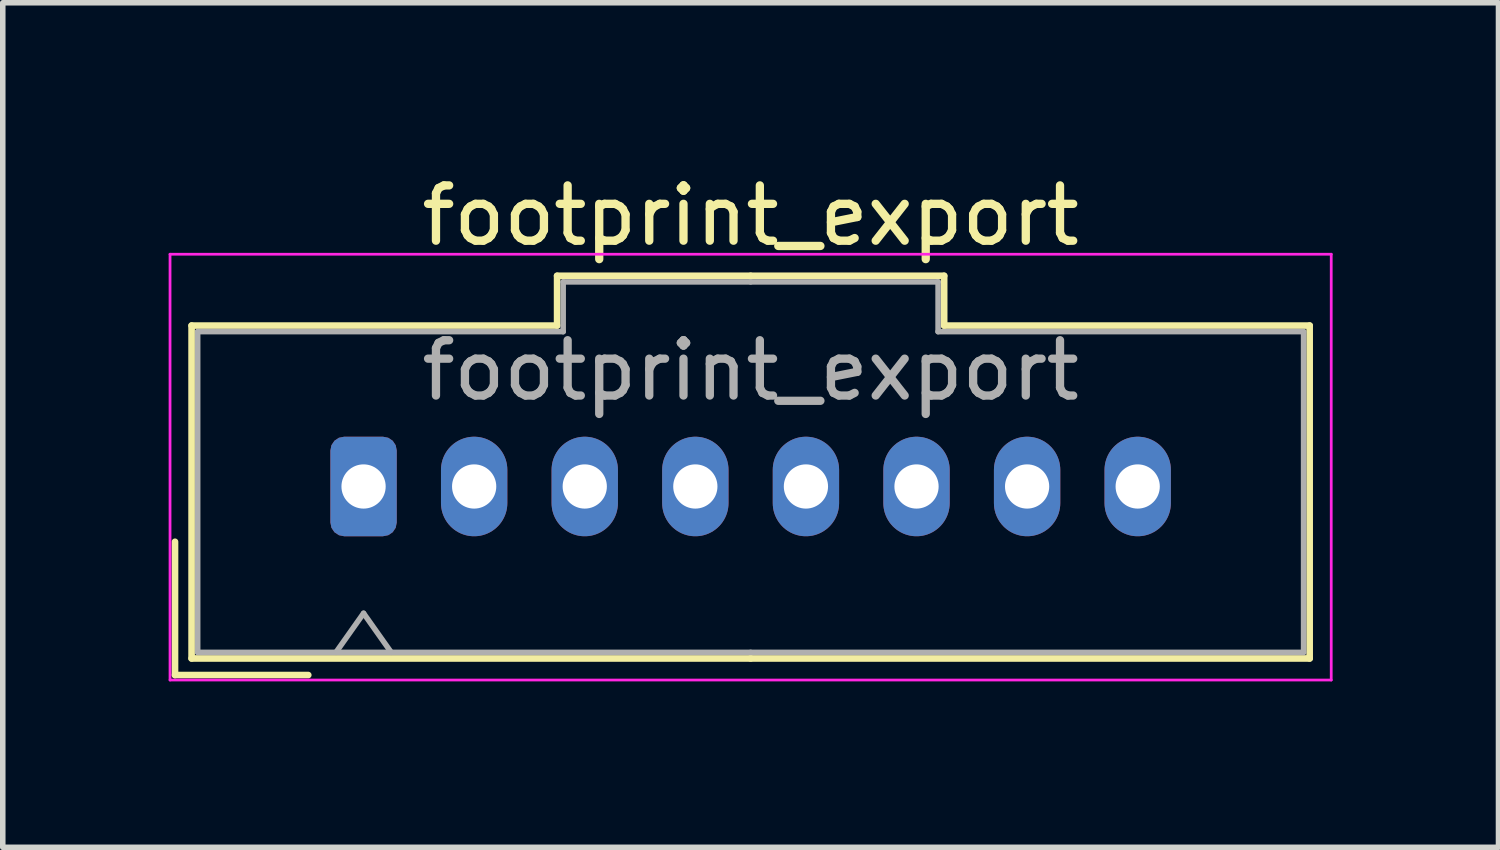
<source format=kicad_pcb>
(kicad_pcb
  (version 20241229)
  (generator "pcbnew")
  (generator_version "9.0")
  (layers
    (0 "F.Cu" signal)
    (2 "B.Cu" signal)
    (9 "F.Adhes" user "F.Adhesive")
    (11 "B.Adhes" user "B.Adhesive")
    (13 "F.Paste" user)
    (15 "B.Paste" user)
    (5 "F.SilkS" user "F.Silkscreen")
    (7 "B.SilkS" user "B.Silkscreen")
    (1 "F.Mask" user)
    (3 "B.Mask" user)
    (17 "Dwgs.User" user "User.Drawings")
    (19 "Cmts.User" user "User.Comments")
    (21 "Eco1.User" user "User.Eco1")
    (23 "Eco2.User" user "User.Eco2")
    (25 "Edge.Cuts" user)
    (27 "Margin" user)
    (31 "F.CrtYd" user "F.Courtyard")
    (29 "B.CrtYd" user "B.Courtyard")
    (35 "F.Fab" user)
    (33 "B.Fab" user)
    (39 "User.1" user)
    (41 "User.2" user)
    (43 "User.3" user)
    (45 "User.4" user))
  (footprint "footprint_export"
    (layer "F.Cu")
    (at 3.525 5.748)
    (property "Reference" "footprint_export" (at 7 -4.9 0) (layer "F.SilkS") (effects (font (size 1 1) (thickness 0.15))))
    (attr through_hole)
    (fp_line (start -3.41 1) (end -3.41 3.41) (stroke (width 0.12) (type solid)) (layer "F.SilkS"))
    (fp_line (start -3.41 3.41) (end -1 3.41) (stroke (width 0.12) (type solid)) (layer "F.SilkS"))
    (fp_line (start -3.11 -2.91) (end -3.11 3.11) (stroke (width 0.12) (type solid)) (layer "F.SilkS"))
    (fp_line (start -3.11 3.11) (end 7 3.11) (stroke (width 0.12) (type solid)) (layer "F.SilkS"))
    (fp_line (start 3.5 -3.81) (end 3.5 -2.91) (stroke (width 0.12) (type solid)) (layer "F.SilkS"))
    (fp_line (start 3.5 -2.91) (end -3.11 -2.91) (stroke (width 0.12) (type solid)) (layer "F.SilkS"))
    (fp_line (start 7 -3.81) (end 3.5 -3.81) (stroke (width 0.12) (type solid)) (layer "F.SilkS"))
    (fp_line (start 7 -3.81) (end 10.5 -3.81) (stroke (width 0.12) (type solid)) (layer "F.SilkS"))
    (fp_line (start 10.5 -3.81) (end 10.5 -2.91) (stroke (width 0.12) (type solid)) (layer "F.SilkS"))
    (fp_line (start 10.5 -2.91) (end 17.11 -2.91) (stroke (width 0.12) (type solid)) (layer "F.SilkS"))
    (fp_line (start 17.11 -2.91) (end 17.11 3.11) (stroke (width 0.12) (type solid)) (layer "F.SilkS"))
    (fp_line (start 17.11 3.11) (end 7 3.11) (stroke (width 0.12) (type solid)) (layer "F.SilkS"))
    (fp_line (start -3.5 -4.2) (end -3.5 3.5) (stroke (width 0.05) (type solid)) (layer "F.CrtYd"))
    (fp_line (start -3.5 3.5) (end 17.5 3.5) (stroke (width 0.05) (type solid)) (layer "F.CrtYd"))
    (fp_line (start 17.5 -4.2) (end -3.5 -4.2) (stroke (width 0.05) (type solid)) (layer "F.CrtYd"))
    (fp_line (start 17.5 3.5) (end 17.5 -4.2) (stroke (width 0.05) (type solid)) (layer "F.CrtYd"))
    (fp_line (start -3 -2.8) (end -3 3) (stroke (width 0.1) (type solid)) (layer "F.Fab"))
    (fp_line (start -3 3) (end 7 3) (stroke (width 0.1) (type solid)) (layer "F.Fab"))
    (fp_line (start -0.5 3) (end 0 2.293) (stroke (width 0.1) (type solid)) (layer "F.Fab"))
    (fp_line (start 0 2.293) (end 0.5 3) (stroke (width 0.1) (type solid)) (layer "F.Fab"))
    (fp_line (start 3.61 -3.7) (end 3.61 -2.8) (stroke (width 0.1) (type solid)) (layer "F.Fab"))
    (fp_line (start 3.61 -2.8) (end -3 -2.8) (stroke (width 0.1) (type solid)) (layer "F.Fab"))
    (fp_line (start 7 -3.7) (end 3.61 -3.7) (stroke (width 0.1) (type solid)) (layer "F.Fab"))
    (fp_line (start 7 -3.7) (end 10.39 -3.7) (stroke (width 0.1) (type solid)) (layer "F.Fab"))
    (fp_line (start 10.39 -3.7) (end 10.39 -2.8) (stroke (width 0.1) (type solid)) (layer "F.Fab"))
    (fp_line (start 10.39 -2.8) (end 17 -2.8) (stroke (width 0.1) (type solid)) (layer "F.Fab"))
    (fp_line (start 17 -2.8) (end 17 3) (stroke (width 0.1) (type solid)) (layer "F.Fab"))
    (fp_line (start 17 3) (end 7 3) (stroke (width 0.1) (type solid)) (layer "F.Fab"))
    (fp_text user "${REFERENCE}" (at 7 -2.1 0) (layer "F.Fab") (effects (font (size 1 1) (thickness 0.15))))
    (pad "1" thru_hole roundrect (at 0 0) (size 1.2 1.8) (drill 0.8) (layers "*.Cu" "*.Mask") (roundrect_rratio 0.208))
    (pad "2" thru_hole oval (at 2 0) (size 1.2 1.8) (drill 0.8) (layers "*.Cu" "*.Mask"))
    (pad "3" thru_hole oval (at 4 0) (size 1.2 1.8) (drill 0.8) (layers "*.Cu" "*.Mask"))
    (pad "4" thru_hole oval (at 6 0) (size 1.2 1.8) (drill 0.8) (layers "*.Cu" "*.Mask"))
    (pad "5" thru_hole oval (at 8 0) (size 1.2 1.8) (drill 0.8) (layers "*.Cu" "*.Mask"))
    (pad "6" thru_hole oval (at 10 0) (size 1.2 1.8) (drill 0.8) (layers "*.Cu" "*.Mask"))
    (pad "7" thru_hole oval (at 12 0) (size 1.2 1.8) (drill 0.8) (layers "*.Cu" "*.Mask"))
    (pad "8" thru_hole oval (at 14 0) (size 1.2 1.8) (drill 0.8) (layers "*.Cu" "*.Mask")))
  (gr_rect
    (start -3 -3)
    (end 24.05 12.273)
    (stroke (width 0.1) (type default))
    (fill no)
    (layer "Edge.Cuts")))
</source>
